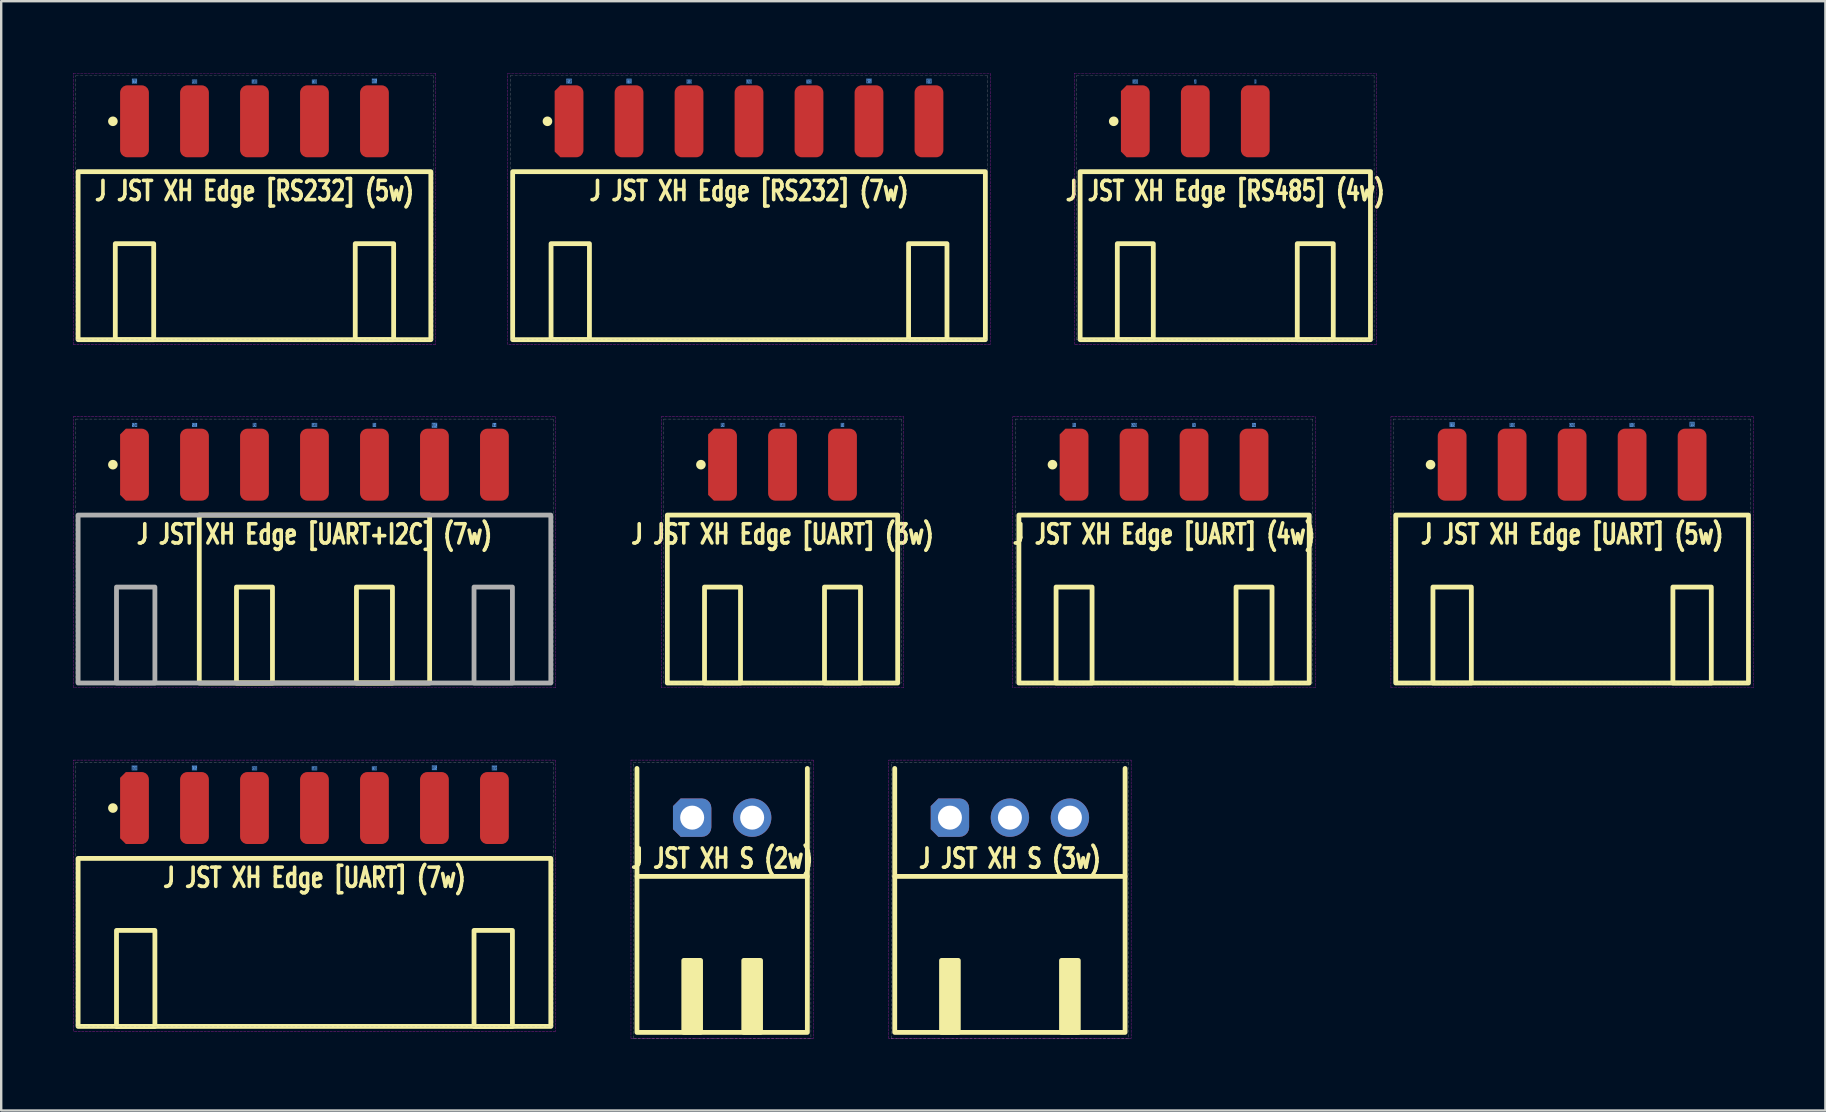
<source format=kicad_pcb>
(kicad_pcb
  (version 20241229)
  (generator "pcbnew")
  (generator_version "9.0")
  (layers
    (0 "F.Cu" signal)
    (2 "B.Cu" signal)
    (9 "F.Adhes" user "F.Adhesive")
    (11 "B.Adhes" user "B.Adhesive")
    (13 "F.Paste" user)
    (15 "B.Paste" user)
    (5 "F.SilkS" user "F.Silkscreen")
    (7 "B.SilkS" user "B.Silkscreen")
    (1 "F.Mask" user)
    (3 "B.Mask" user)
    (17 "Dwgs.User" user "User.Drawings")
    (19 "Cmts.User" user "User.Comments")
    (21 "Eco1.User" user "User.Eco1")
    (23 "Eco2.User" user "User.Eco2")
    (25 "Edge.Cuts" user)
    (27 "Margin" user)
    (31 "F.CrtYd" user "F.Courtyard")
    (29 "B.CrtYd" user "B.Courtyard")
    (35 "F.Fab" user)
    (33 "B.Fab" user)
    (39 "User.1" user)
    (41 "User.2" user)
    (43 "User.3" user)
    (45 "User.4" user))
  (footprint "J JST XH Edge [UART] (3w)"
    (layer "F.Cu")
    (at 29.561 16.315)
    (property "Reference" "J JST XH Edge [UART] (3w)" (at 0 2.9 0) (layer "F.SilkS") (effects (font (size 0.8 0.6) (thickness 0.15) (bold yes))))
    (attr through_hole)
    (fp_rect (start -4.8 2.1) (end 4.8 9.1) (stroke (width 0.2) (type default)) (fill no) (layer "F.SilkS"))
    (fp_rect (start -3.25 5.1) (end -1.75 9.1) (stroke (width 0.2) (type default)) (fill no) (layer "F.SilkS"))
    (fp_rect (start 3.25 5.1) (end 1.75 9.1) (stroke (width 0.2) (type default)) (fill no) (layer "F.SilkS"))
    (fp_circle (center -3.4 0) (end -3.25 0) (stroke (width 0.1) (type solid)) (fill yes) (layer "F.SilkS"))
    (fp_rect (start -5.05 -2) (end 5.05 9.3) (stroke (width 0.01) (type dash)) (fill no) (layer "F.CrtYd"))
    (fp_rect (start -4.95 -1.9) (end 4.95 9.1) (stroke (width 0.01) (type dash_dot)) (fill no) (layer "F.Fab"))
    (fp_text user "RX" (at -2.5 -1.65 0) (layer "Cmts.User" knockout) (effects (font (size 0.13 0.07) (thickness 0.01) (bold yes))))
    (fp_text user "TX" (at 2.5 -1.65 0) (layer "Cmts.User" knockout) (effects (font (size 0.13 0.07) (thickness 0.01) (bold yes))))
    (fp_text user "GND" (at 0 -1.65 0) (layer "Cmts.User" knockout) (effects (font (size 0.13 0.07) (thickness 0.01) (bold yes))))
    (pad "1" smd roundrect (at -2.5 0) (size 1.2 3) (layers "F.Cu" "F.Mask" "F.Paste") (roundrect_rratio 0.25) (chamfer_ratio 0.2) (chamfer top_left bottom_left))
    (pad "2" smd roundrect (at 0 0) (size 1.2 3) (layers "F.Cu" "F.Mask" "F.Paste") (roundrect_rratio 0.25))
    (pad "3" smd roundrect (at 2.5 0) (size 1.2 3) (layers "F.Cu" "F.Mask" "F.Paste") (roundrect_rratio 0.25)))
  (footprint "J JST XH Edge [UART] (7w)"
    (layer "F.Cu")
    (at 10.055 30.625)
    (property "Reference" "J JST XH Edge [UART] (7w)" (at 0 2.9 0) (layer "F.SilkS") (effects (font (size 0.8 0.6) (thickness 0.15) (bold yes))))
    (attr through_hole)
    (fp_rect (start -9.85 2.1) (end 9.85 9.1) (stroke (width 0.2) (type default)) (fill no) (layer "F.SilkS"))
    (fp_rect (start -8.25 5.1) (end -6.65 9.1) (stroke (width 0.2) (type default)) (fill no) (layer "F.SilkS"))
    (fp_rect (start 8.25 5.1) (end 6.65 9.1) (stroke (width 0.2) (type default)) (fill no) (layer "F.SilkS"))
    (fp_circle (center -8.4 0) (end -8.25 0) (stroke (width 0.1) (type solid)) (fill yes) (layer "F.SilkS"))
    (fp_rect (start -10.05 -2) (end 10.05 9.3) (stroke (width 0.01) (type dash)) (fill no) (layer "F.CrtYd"))
    (fp_rect (start -9.95 -1.9) (end 9.95 9.1) (stroke (width 0.01) (type dash_dot)) (fill no) (layer "F.Fab"))
    (fp_text user "~{DTR}" (at 7.5 -1.65 0) (layer "Cmts.User" knockout) (effects (font (size 0.13 0.07) (thickness 0.01) (bold yes))))
    (fp_text user "~{DSR}" (at -7.5 -1.65 0) (layer "Cmts.User" knockout) (effects (font (size 0.13 0.07) (thickness 0.01) (bold yes))))
    (fp_text user "~{RTS}" (at 5 -1.66 0) (layer "Cmts.User" knockout) (effects (font (size 0.13 0.07) (thickness 0.01) (bold yes))))
    (fp_text user "GND" (at 0 -1.65 0) (layer "Cmts.User" knockout) (effects (font (size 0.13 0.07) (thickness 0.01) (bold yes))))
    (fp_text user "TXD" (at 2.5 -1.65 0) (layer "Cmts.User" knockout) (effects (font (size 0.13 0.07) (thickness 0.01) (bold yes))))
    (fp_text user "~{CTS}" (at -5 -1.65 0) (layer "Cmts.User" knockout) (effects (font (size 0.13 0.07) (thickness 0.01) (bold yes))))
    (fp_text user "RXD" (at -2.5 -1.65 0) (layer "Cmts.User" knockout) (effects (font (size 0.13 0.07) (thickness 0.01) (bold yes))))
    (pad "1" smd roundrect (at -7.5 0) (size 1.2 3) (layers "F.Cu" "F.Mask" "F.Paste") (roundrect_rratio 0.25) (chamfer_ratio 0.2) (chamfer top_left bottom_left))
    (pad "2" smd roundrect (at -5 0) (size 1.2 3) (layers "F.Cu" "F.Mask" "F.Paste") (roundrect_rratio 0.25))
    (pad "3" smd roundrect (at -2.5 0) (size 1.2 3) (layers "F.Cu" "F.Mask" "F.Paste") (roundrect_rratio 0.25))
    (pad "4" smd roundrect (at 0 0) (size 1.2 3) (layers "F.Cu" "F.Mask" "F.Paste") (roundrect_rratio 0.25))
    (pad "5" smd roundrect (at 2.5 0) (size 1.2 3) (layers "F.Cu" "F.Mask" "F.Paste") (roundrect_rratio 0.25))
    (pad "6" smd roundrect (at 5 0) (size 1.2 3) (layers "F.Cu" "F.Mask" "F.Paste") (roundrect_rratio 0.25))
    (pad "7" smd roundrect (at 7.5 0) (size 1.2 3) (layers "F.Cu" "F.Mask" "F.Paste") (roundrect_rratio 0.25)))
  (footprint "J JST XH Edge [RS232] (5w)"
    (layer "F.Cu")
    (at 7.555 2.005)
    (property "Reference" "J JST XH Edge [RS232] (5w)" (at 0 2.9 0) (layer "F.SilkS") (effects (font (size 0.8 0.6) (thickness 0.15) (bold yes))))
    (attr through_hole)
    (fp_rect (start -7.35 2.1) (end 7.35 9.1) (stroke (width 0.2) (type default)) (fill no) (layer "F.SilkS"))
    (fp_rect (start -5.8 5.1) (end -4.2 9.1) (stroke (width 0.2) (type default)) (fill no) (layer "F.SilkS"))
    (fp_rect (start 5.8 5.1) (end 4.2 9.1) (stroke (width 0.2) (type default)) (fill no) (layer "F.SilkS"))
    (fp_circle (center -5.9 0) (end -5.75 0) (stroke (width 0.1) (type solid)) (fill yes) (layer "F.SilkS"))
    (fp_rect (start -7.55 -2) (end 7.55 9.3) (stroke (width 0.01) (type dash)) (fill no) (layer "F.CrtYd"))
    (fp_rect (start -7.45 -1.9) (end 7.45 9.1) (stroke (width 0.01) (type dash_dot)) (fill no) (layer "F.Fab"))
    (fp_text user "GND" (at 0 -1.65 0) (layer "Cmts.User" knockout) (effects (font (size 0.13 0.07) (thickness 0.01) (bold yes))))
    (fp_text user "~{CTS}" (at -5 -1.65 0) (layer "Cmts.User" knockout) (effects (font (size 0.13 0.07) (thickness 0.01) (bold yes))))
    (fp_text user "~{RTS}" (at 5 -1.66 0) (layer "Cmts.User" knockout) (effects (font (size 0.13 0.07) (thickness 0.01) (bold yes))))
    (fp_text user "TXD" (at 2.5 -1.65 0) (layer "Cmts.User" knockout) (effects (font (size 0.13 0.07) (thickness 0.01) (bold yes))))
    (fp_text user "RXD" (at -2.5 -1.65 0) (layer "Cmts.User" knockout) (effects (font (size 0.13 0.07) (thickness 0.01) (bold yes))))
    (pad "1" smd roundrect (at -5 0) (size 1.2 3) (layers "F.Cu" "F.Mask" "F.Paste") (roundrect_rratio 0.25))
    (pad "2" smd roundrect (at -2.5 0) (size 1.2 3) (layers "F.Cu" "F.Mask" "F.Paste") (roundrect_rratio 0.25))
    (pad "3" smd roundrect (at 0 0) (size 1.2 3) (layers "F.Cu" "F.Mask" "F.Paste") (roundrect_rratio 0.25))
    (pad "4" smd roundrect (at 2.5 0) (size 1.2 3) (layers "F.Cu" "F.Mask" "F.Paste") (roundrect_rratio 0.25))
    (pad "5" smd roundrect (at 5 0) (size 1.2 3) (layers "F.Cu" "F.Mask" "F.Paste") (roundrect_rratio 0.25)))
  (footprint "J JST XH Edge [RS485] (4w)"
    (layer "F.Cu")
    (at 48.014 2.005)
    (property "Reference" "J JST XH Edge [RS485] (4w)" (at 0 2.9 0) (layer "F.SilkS") (effects (font (size 0.8 0.6) (thickness 0.15) (bold yes))))
    (attr through_hole)
    (fp_rect (start -6.05 2.1) (end 6.05 9.1) (stroke (width 0.2) (type default)) (fill no) (layer "F.SilkS"))
    (fp_rect (start -4.5 5.1) (end -3 9.1) (stroke (width 0.2) (type default)) (fill no) (layer "F.SilkS"))
    (fp_rect (start 4.5 5.1) (end 3 9.1) (stroke (width 0.2) (type default)) (fill no) (layer "F.SilkS"))
    (fp_circle (center -4.65 0) (end -4.5 0) (stroke (width 0.1) (type solid)) (fill yes) (layer "F.SilkS"))
    (fp_rect (start -6.3 -2) (end 6.3 9.3) (stroke (width 0.01) (type dash)) (fill no) (layer "F.CrtYd"))
    (fp_rect (start -6.2 -1.9) (end 6.2 9.1) (stroke (width 0.01) (type dash_dot)) (fill no) (layer "F.Fab"))
    (fp_text user "A" (at -1.25 -1.65 0) (layer "Cmts.User" knockout) (effects (font (size 0.13 0.07) (thickness 0.01) (bold yes))))
    (fp_text user "B" (at 1.25 -1.65 0) (layer "Cmts.User" knockout) (effects (font (size 0.13 0.07) (thickness 0.01) (bold yes))))
    (fp_text user "GND" (at -3.75 -1.65 0) (layer "Cmts.User" knockout) (effects (font (size 0.13 0.07) (thickness 0.01) (bold yes))))
    (pad "1" smd roundrect (at -3.75 0) (size 1.2 3) (layers "F.Cu" "F.Mask" "F.Paste") (roundrect_rratio 0.25) (chamfer_ratio 0.2) (chamfer top_left bottom_left))
    (pad "2" smd roundrect (at -1.25 0) (size 1.2 3) (layers "F.Cu" "F.Mask" "F.Paste") (roundrect_rratio 0.25))
    (pad "3" smd roundrect (at 1.25 0) (size 1.2 3) (layers "F.Cu" "F.Mask" "F.Paste") (roundrect_rratio 0.25)))
  (footprint "J JST XH S (2w)"
    (layer "F.Cu")
    (at 27.046 31.025)
    (property "Reference" "J JST XH S (2w)" (at 0 1.7 0) (unlocked yes) (layer "F.SilkS") (effects (font (size 0.8 0.6) (thickness 0.15) (bold yes))))
    (attr through_hole)
    (fp_line (start -3.55 -2.05) (end -3.55 2.45) (stroke (width 0.2) (type default)) (layer "F.SilkS"))
    (fp_line (start 3.55 -2.05) (end 3.55 2.45) (stroke (width 0.2) (type default)) (layer "F.SilkS"))
    (fp_rect (start -3.55 2.45) (end 3.55 8.95) (stroke (width 0.2) (type default)) (fill no) (layer "F.SilkS"))
    (fp_rect (start -1.6 5.95) (end -0.9 8.95) (stroke (width 0.2) (type solid)) (fill yes) (layer "F.SilkS"))
    (fp_rect (start 1.6 5.95) (end 0.9 8.95) (stroke (width 0.2) (type solid)) (fill yes) (layer "F.SilkS"))
    (fp_rect (start -3.8 -2.4) (end 3.8 9.2) (stroke (width 0.01) (type dash)) (fill no) (layer "F.CrtYd"))
    (fp_rect (start -3.7 -2.3) (end 3.7 9.2) (stroke (width 0.01) (type dash_dot)) (fill no) (layer "F.Fab"))
    (pad "1" thru_hole roundrect (at -1.25 0) (size 1.6 1.6) (drill 1) (layers "*.Cu" "B.Mask") (roundrect_rratio 0.25) (chamfer_ratio 0.2) (chamfer top_left bottom_left))
    (pad "2" thru_hole circle (at 1.25 0) (size 1.6 1.6) (drill 1) (layers "*.Cu" "B.Mask")))
  (footprint "J JST XH S (3w)"
    (layer "F.Cu")
    (at 39.038 31.025)
    (property "Reference" "J JST XH S (3w)" (at 0 1.7 0) (unlocked yes) (layer "F.SilkS") (effects (font (size 0.8 0.6) (thickness 0.15) (bold yes))))
    (attr through_hole)
    (fp_line (start -4.8 -2.05) (end -4.8 2.45) (stroke (width 0.2) (type default)) (layer "F.SilkS"))
    (fp_line (start 4.8 -2.05) (end 4.8 2.45) (stroke (width 0.2) (type default)) (layer "F.SilkS"))
    (fp_rect (start -4.8 2.45) (end 4.8 8.95) (stroke (width 0.2) (type default)) (fill no) (layer "F.SilkS"))
    (fp_rect (start -2.85 5.95) (end -2.15 8.95) (stroke (width 0.2) (type solid)) (fill yes) (layer "F.SilkS"))
    (fp_rect (start 2.85 5.95) (end 2.15 8.95) (stroke (width 0.2) (type solid)) (fill yes) (layer "F.SilkS"))
    (fp_rect (start -5.05 -2.4) (end 5.05 9.2) (stroke (width 0.01) (type dash)) (fill no) (layer "F.CrtYd"))
    (fp_rect (start -4.95 -2.3) (end 4.95 9.2) (stroke (width 0.01) (type dash_dot)) (fill no) (layer "F.Fab"))
    (pad "1" thru_hole roundrect (at -2.5 0) (size 1.6 1.6) (drill 1) (layers "*.Cu" "B.Mask") (roundrect_rratio 0.25) (chamfer_ratio 0.2) (chamfer top_left bottom_left))
    (pad "2" thru_hole circle (at 0 0) (size 1.6 1.6) (drill 1) (layers "*.Cu" "B.Mask"))
    (pad "3" thru_hole circle (at 2.5 0) (size 1.6 1.6) (drill 1) (layers "*.Cu" "B.Mask")))
  (footprint "J JST XH Edge [RS232] (7w)"
    (layer "F.Cu")
    (at 28.165 2.005)
    (property "Reference" "J JST XH Edge [RS232] (7w)" (at 0 2.9 0) (layer "F.SilkS") (effects (font (size 0.8 0.6) (thickness 0.15) (bold yes))))
    (attr through_hole)
    (fp_rect (start -9.85 2.1) (end 9.85 9.1) (stroke (width 0.2) (type default)) (fill no) (layer "F.SilkS"))
    (fp_rect (start -8.25 5.1) (end -6.65 9.1) (stroke (width 0.2) (type default)) (fill no) (layer "F.SilkS"))
    (fp_rect (start 8.25 5.1) (end 6.65 9.1) (stroke (width 0.2) (type default)) (fill no) (layer "F.SilkS"))
    (fp_circle (center -8.4 0) (end -8.25 0) (stroke (width 0.1) (type solid)) (fill yes) (layer "F.SilkS"))
    (fp_rect (start -10.05 -2) (end 10.05 9.3) (stroke (width 0.01) (type dash)) (fill no) (layer "F.CrtYd"))
    (fp_rect (start -9.95 -1.9) (end 9.95 9.1) (stroke (width 0.01) (type dash_dot)) (fill no) (layer "F.Fab"))
    (fp_text user "GND" (at 0 -1.65 0) (layer "Cmts.User" knockout) (effects (font (size 0.13 0.07) (thickness 0.01) (bold yes))))
    (fp_text user "TXD" (at 2.5 -1.65 0) (layer "Cmts.User" knockout) (effects (font (size 0.13 0.07) (thickness 0.01) (bold yes))))
    (fp_text user "~{RTS}" (at 5 -1.66 0) (layer "Cmts.User" knockout) (effects (font (size 0.13 0.07) (thickness 0.01) (bold yes))))
    (fp_text user "~{DSR}" (at -7.5 -1.65 0) (layer "Cmts.User" knockout) (effects (font (size 0.13 0.07) (thickness 0.01) (bold yes))))
    (fp_text user "RXD" (at -2.5 -1.65 0) (layer "Cmts.User" knockout) (effects (font (size 0.13 0.07) (thickness 0.01) (bold yes))))
    (fp_text user "~{DTR}" (at 7.5 -1.65 0) (layer "Cmts.User" knockout) (effects (font (size 0.13 0.07) (thickness 0.01) (bold yes))))
    (fp_text user "~{CTS}" (at -5 -1.65 0) (layer "Cmts.User" knockout) (effects (font (size 0.13 0.07) (thickness 0.01) (bold yes))))
    (pad "1" smd roundrect (at -7.5 0) (size 1.2 3) (layers "F.Cu" "F.Mask" "F.Paste") (roundrect_rratio 0.25) (chamfer_ratio 0.2) (chamfer top_left bottom_left))
    (pad "2" smd roundrect (at -5 0) (size 1.2 3) (layers "F.Cu" "F.Mask" "F.Paste") (roundrect_rratio 0.25))
    (pad "3" smd roundrect (at -2.5 0) (size 1.2 3) (layers "F.Cu" "F.Mask" "F.Paste") (roundrect_rratio 0.25))
    (pad "4" smd roundrect (at 0 0) (size 1.2 3) (layers "F.Cu" "F.Mask" "F.Paste") (roundrect_rratio 0.25))
    (pad "5" smd roundrect (at 2.5 0) (size 1.2 3) (layers "F.Cu" "F.Mask" "F.Paste") (roundrect_rratio 0.25))
    (pad "6" smd roundrect (at 5 0) (size 1.2 3) (layers "F.Cu" "F.Mask" "F.Paste") (roundrect_rratio 0.25))
    (pad "7" smd roundrect (at 7.5 0) (size 1.2 3) (layers "F.Cu" "F.Mask" "F.Paste") (roundrect_rratio 0.25)))
  (footprint "J JST XH Edge [UART] (4w)"
    (layer "F.Cu")
    (at 45.462 16.315)
    (property "Reference" "J JST XH Edge [UART] (4w)" (at 0 2.9 0) (layer "F.SilkS") (effects (font (size 0.8 0.6) (thickness 0.15) (bold yes))))
    (attr through_hole)
    (fp_rect (start -6.05 2.1) (end 6.05 9.1) (stroke (width 0.2) (type default)) (fill no) (layer "F.SilkS"))
    (fp_rect (start -4.5 5.1) (end -3 9.1) (stroke (width 0.2) (type default)) (fill no) (layer "F.SilkS"))
    (fp_rect (start 4.5 5.1) (end 3 9.1) (stroke (width 0.2) (type default)) (fill no) (layer "F.SilkS"))
    (fp_circle (center -4.65 0) (end -4.5 0) (stroke (width 0.1) (type solid)) (fill yes) (layer "F.SilkS"))
    (fp_rect (start -6.3 -2) (end 6.3 9.3) (stroke (width 0.01) (type dash)) (fill no) (layer "F.CrtYd"))
    (fp_rect (start -6.2 -1.9) (end 6.2 9.1) (stroke (width 0.01) (type dash_dot)) (fill no) (layer "F.Fab"))
    (fp_text user "RX" (at -3.75 -1.65 0) (layer "Cmts.User" knockout) (effects (font (size 0.13 0.07) (thickness 0.01) (bold yes))))
    (fp_text user "GND" (at -1.25 -1.65 0) (layer "Cmts.User" knockout) (effects (font (size 0.13 0.07) (thickness 0.01) (bold yes))))
    (fp_text user "V+" (at 3.75 -1.65 0) (layer "Cmts.User" knockout) (effects (font (size 0.13 0.07) (thickness 0.01) (bold yes))))
    (fp_text user "TX" (at 1.25 -1.65 0) (layer "Cmts.User" knockout) (effects (font (size 0.13 0.07) (thickness 0.01) (bold yes))))
    (pad "1" smd roundrect (at -3.75 0) (size 1.2 3) (layers "F.Cu" "F.Mask" "F.Paste") (roundrect_rratio 0.25) (chamfer_ratio 0.2) (chamfer top_left bottom_left))
    (pad "2" smd roundrect (at -1.25 0) (size 1.2 3) (layers "F.Cu" "F.Mask" "F.Paste") (roundrect_rratio 0.25))
    (pad "3" smd roundrect (at 1.25 0) (size 1.2 3) (layers "F.Cu" "F.Mask" "F.Paste") (roundrect_rratio 0.25))
    (pad "4" smd roundrect (at 3.75 0) (size 1.2 3) (layers "F.Cu" "F.Mask" "F.Paste") (roundrect_rratio 0.25)))
  (footprint "J JST XH Edge [UART+I2C] (7w)"
    (layer "F.Cu")
    (at 10.055 16.315)
    (property "Reference" "J JST XH Edge [UART+I2C] (7w)" (at 0 2.9 0) (layer "F.SilkS") (effects (font (size 0.8 0.6) (thickness 0.15) (bold yes))))
    (attr through_hole)
    (fp_rect (start -4.8 2.1) (end 4.8 9.1) (stroke (width 0.2) (type default)) (fill no) (layer "F.SilkS"))
    (fp_rect (start -3.25 5.1) (end -1.75 9.1) (stroke (width 0.2) (type default)) (fill no) (layer "F.SilkS"))
    (fp_rect (start 3.25 5.1) (end 1.75 9.1) (stroke (width 0.2) (type default)) (fill no) (layer "F.SilkS"))
    (fp_circle (center -8.4 0) (end -8.25 0) (stroke (width 0.1) (type solid)) (fill yes) (layer "F.SilkS"))
    (fp_rect (start -10.05 -2) (end 10.05 9.3) (stroke (width 0.01) (type dash)) (fill no) (layer "F.CrtYd"))
    (fp_rect (start -9.95 -1.9) (end 9.95 9.1) (stroke (width 0.01) (type dash_dot)) (fill no) (layer "F.Fab"))
    (fp_rect (start -9.85 2.1) (end 9.85 9.1) (stroke (width 0.2) (type default)) (fill no) (layer "F.Fab"))
    (fp_rect (start -8.25 5.1) (end -6.65 9.1) (stroke (width 0.2) (type default)) (fill no) (layer "F.Fab"))
    (fp_rect (start 8.25 5.1) (end 6.65 9.1) (stroke (width 0.2) (type default)) (fill no) (layer "F.Fab"))
    (fp_text user "GND" (at 0 -1.65 0) (layer "Cmts.User" knockout) (effects (font (size 0.13 0.07) (thickness 0.01) (bold yes))))
    (fp_text user "V+" (at 7.5 -1.65 0) (layer "Cmts.User" knockout) (effects (font (size 0.13 0.07) (thickness 0.01) (bold yes))))
    (fp_text user "RX" (at -2.5 -1.65 0) (layer "Cmts.User" knockout) (effects (font (size 0.13 0.07) (thickness 0.01) (bold yes))))
    (fp_text user "N/C" (at 5 -1.65 0) (layer "Cmts.User" knockout) (effects (font (size 0.13 0.07) (thickness 0.01) (bold yes))))
    (fp_text user "TX" (at 2.5 -1.65 0) (layer "Cmts.User" knockout) (effects (font (size 0.13 0.07) (thickness 0.01) (bold yes))))
    (fp_text user "SDA" (at -7.5 -1.65 0) (layer "Cmts.User" knockout) (effects (font (size 0.13 0.07) (thickness 0.01) (bold yes))))
    (fp_text user "SCL" (at -5 -1.65 0) (layer "Cmts.User" knockout) (effects (font (size 0.13 0.07) (thickness 0.01) (bold yes))))
    (pad "1" smd roundrect (at -7.5 0) (size 1.2 3) (layers "F.Cu" "F.Mask" "F.Paste") (roundrect_rratio 0.25) (chamfer_ratio 0.2) (chamfer top_left bottom_left))
    (pad "2" smd roundrect (at -5 0) (size 1.2 3) (layers "F.Cu" "F.Mask" "F.Paste") (roundrect_rratio 0.25))
    (pad "3" smd roundrect (at -2.5 0) (size 1.2 3) (layers "F.Cu" "F.Mask" "F.Paste") (roundrect_rratio 0.25))
    (pad "4" smd roundrect (at 0 0) (size 1.2 3) (layers "F.Cu" "F.Mask" "F.Paste") (roundrect_rratio 0.25))
    (pad "5" smd roundrect (at 2.5 0) (size 1.2 3) (layers "F.Cu" "F.Mask" "F.Paste") (roundrect_rratio 0.25))
    (pad "6" smd roundrect (at 5 0) (size 1.2 3) (layers "F.Cu" "F.Mask" "F.Paste") (roundrect_rratio 0.25))
    (pad "7" smd roundrect (at 7.5 0) (size 1.2 3) (layers "F.Cu" "F.Mask" "F.Paste") (roundrect_rratio 0.25)))
  (footprint "J JST XH Edge [UART] (5w)"
    (layer "F.Cu")
    (at 62.468 16.315)
    (property "Reference" "J JST XH Edge [UART] (5w)" (at 0 2.9 0) (layer "F.SilkS") (effects (font (size 0.8 0.6) (thickness 0.15) (bold yes))))
    (attr through_hole)
    (fp_rect (start -7.35 2.1) (end 7.35 9.1) (stroke (width 0.2) (type default)) (fill no) (layer "F.SilkS"))
    (fp_rect (start -5.8 5.1) (end -4.2 9.1) (stroke (width 0.2) (type default)) (fill no) (layer "F.SilkS"))
    (fp_rect (start 5.8 5.1) (end 4.2 9.1) (stroke (width 0.2) (type default)) (fill no) (layer "F.SilkS"))
    (fp_circle (center -5.9 0) (end -5.75 0) (stroke (width 0.1) (type solid)) (fill yes) (layer "F.SilkS"))
    (fp_rect (start -7.55 -2) (end 7.55 9.3) (stroke (width 0.01) (type dash)) (fill no) (layer "F.CrtYd"))
    (fp_rect (start -7.45 -1.9) (end 7.45 9.1) (stroke (width 0.01) (type dash_dot)) (fill no) (layer "F.Fab"))
    (fp_text user "RXD" (at -2.5 -1.65 0) (layer "Cmts.User" knockout) (effects (font (size 0.13 0.07) (thickness 0.01) (bold yes))))
    (fp_text user "~{CTS}" (at -5 -1.65 0) (layer "Cmts.User" knockout) (effects (font (size 0.13 0.07) (thickness 0.01) (bold yes))))
    (fp_text user "GND" (at 0 -1.65 0) (layer "Cmts.User" knockout) (effects (font (size 0.13 0.07) (thickness 0.01) (bold yes))))
    (fp_text user "TXD" (at 2.5 -1.65 0) (layer "Cmts.User" knockout) (effects (font (size 0.13 0.07) (thickness 0.01) (bold yes))))
    (fp_text user "~{RTS}" (at 5 -1.66 0) (layer "Cmts.User" knockout) (effects (font (size 0.13 0.07) (thickness 0.01) (bold yes))))
    (pad "1" smd roundrect (at -5 0) (size 1.2 3) (layers "F.Cu" "F.Mask" "F.Paste") (roundrect_rratio 0.25))
    (pad "2" smd roundrect (at -2.5 0) (size 1.2 3) (layers "F.Cu" "F.Mask" "F.Paste") (roundrect_rratio 0.25))
    (pad "3" smd roundrect (at 0 0) (size 1.2 3) (layers "F.Cu" "F.Mask" "F.Paste") (roundrect_rratio 0.25))
    (pad "4" smd roundrect (at 2.5 0) (size 1.2 3) (layers "F.Cu" "F.Mask" "F.Paste") (roundrect_rratio 0.25))
    (pad "5" smd roundrect (at 5 0) (size 1.2 3) (layers "F.Cu" "F.Mask" "F.Paste") (roundrect_rratio 0.25)))
  (gr_rect
    (start -3 -3)
    (end 73.023 43.23)
    (stroke (width 0.1) (type default))
    (fill no)
    (layer "Edge.Cuts")))
</source>
